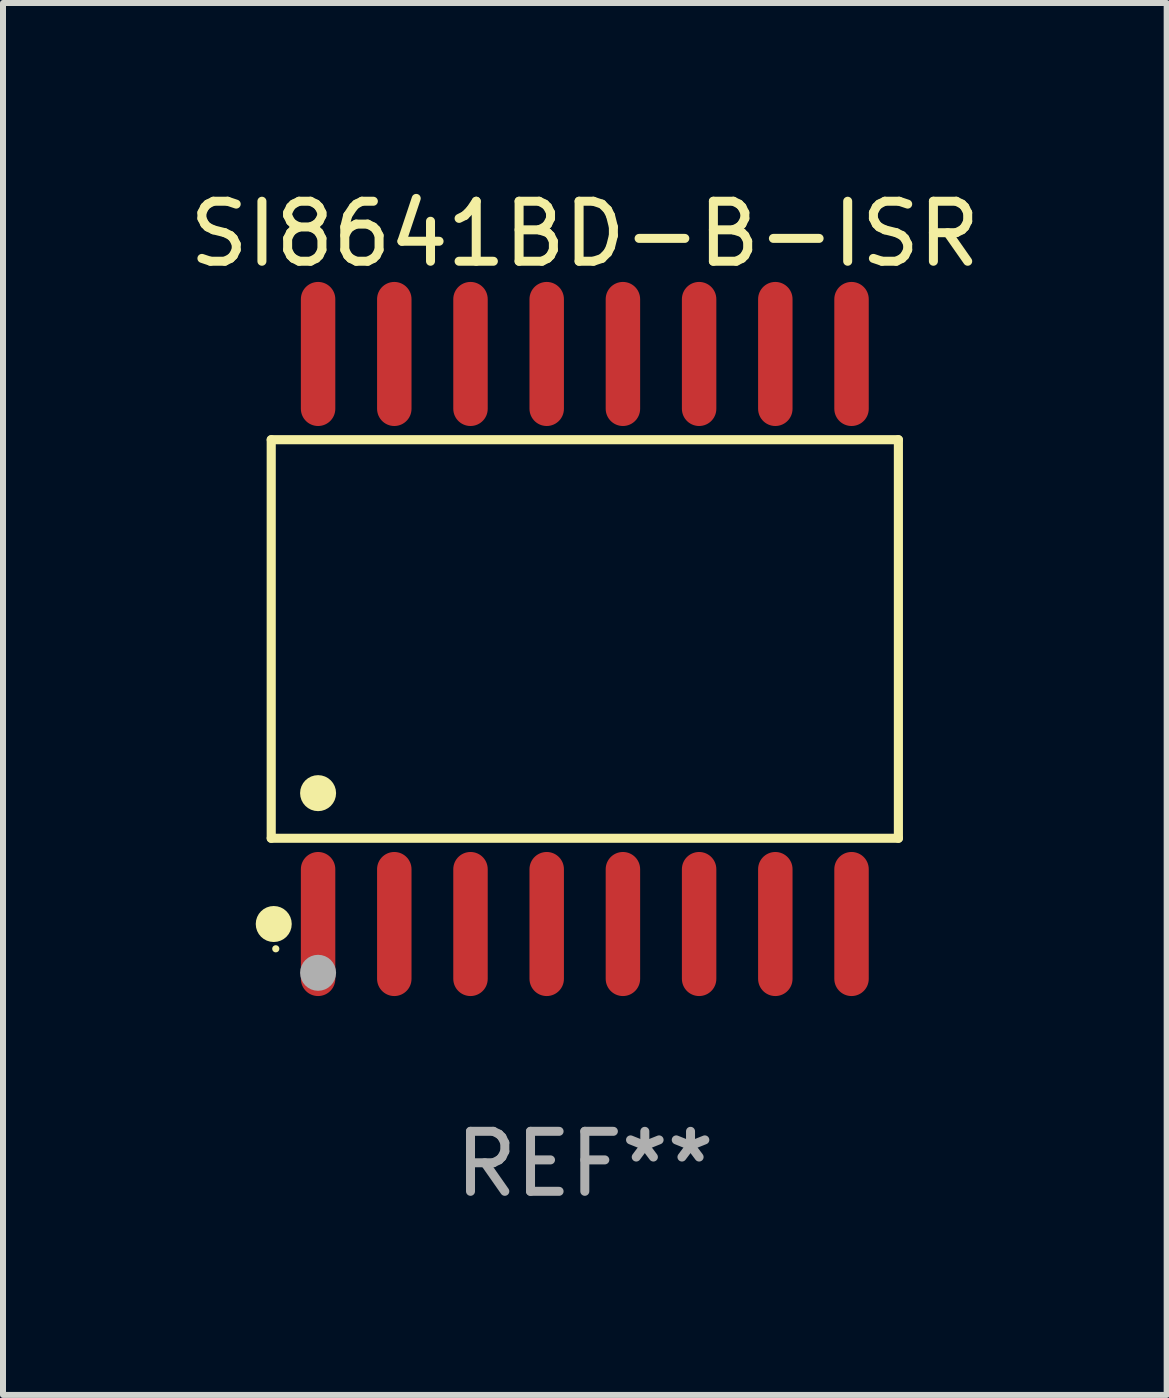
<source format=kicad_pcb>
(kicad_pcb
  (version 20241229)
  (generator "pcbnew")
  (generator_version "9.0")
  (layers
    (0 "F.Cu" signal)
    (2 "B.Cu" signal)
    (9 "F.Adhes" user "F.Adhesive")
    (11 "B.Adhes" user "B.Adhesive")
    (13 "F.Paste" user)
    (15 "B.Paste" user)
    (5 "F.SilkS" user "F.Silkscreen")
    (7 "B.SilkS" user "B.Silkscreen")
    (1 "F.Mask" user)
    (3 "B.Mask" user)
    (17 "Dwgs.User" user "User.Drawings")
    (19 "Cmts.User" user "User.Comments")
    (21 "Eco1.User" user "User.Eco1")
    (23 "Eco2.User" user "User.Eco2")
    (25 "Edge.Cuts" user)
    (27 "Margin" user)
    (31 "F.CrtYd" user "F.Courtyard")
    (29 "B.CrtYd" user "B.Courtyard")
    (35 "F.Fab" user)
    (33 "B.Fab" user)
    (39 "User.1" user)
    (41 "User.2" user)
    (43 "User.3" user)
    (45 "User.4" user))
  (footprint "SI8641BD-B-ISR"
    (layer "F.Cu")
    (at 6.696 7.599)
    (property "Reference" "SI8641BD-B-ISR" (at 0 -6.75 0) (layer "F.SilkS") (effects (font (size 1 1) (thickness 0.15))))
    (attr through_hole)
    (fp_line (start -5.226 -3.321) (end 5.226 -3.321) (stroke (width 0.152) (type solid)) (layer "F.SilkS"))
    (fp_line (start -5.226 3.321) (end -5.226 -3.321) (stroke (width 0.152) (type solid)) (layer "F.SilkS"))
    (fp_line (start 5.226 -3.321) (end 5.226 3.321) (stroke (width 0.152) (type solid)) (layer "F.SilkS"))
    (fp_line (start 5.226 3.321) (end -5.226 3.321) (stroke (width 0.152) (type solid)) (layer "F.SilkS"))
    (fp_circle (center -5.184 4.75) (end -5.034 4.75) (stroke (width 0.3) (type solid)) (fill no) (layer "F.SilkS"))
    (fp_circle (center -5.15 5.163) (end -5.12 5.163) (stroke (width 0.06) (type solid)) (fill no) (layer "F.SilkS"))
    (fp_circle (center -4.445 2.569) (end -4.295 2.569) (stroke (width 0.3) (type solid)) (fill no) (layer "F.SilkS"))
    (fp_circle (center -4.445 5.563) (end -4.295 5.563) (stroke (width 0.3) (type solid)) (fill no) (layer "F.Fab"))
    (fp_text user "REF**" (at 0 8.75 0) (layer "F.Fab") (effects (font (size 1 1) (thickness 0.15))))
    (pad "1" smd oval (at -4.445 4.75) (size 0.574 2.401) (layers "F.Cu" "F.Mask" "F.Paste"))
    (pad "2" smd oval (at -3.175 4.75) (size 0.574 2.401) (layers "F.Cu" "F.Mask" "F.Paste"))
    (pad "3" smd oval (at -1.905 4.75) (size 0.574 2.401) (layers "F.Cu" "F.Mask" "F.Paste"))
    (pad "4" smd oval (at -0.635 4.75) (size 0.574 2.401) (layers "F.Cu" "F.Mask" "F.Paste"))
    (pad "5" smd oval (at 0.635 4.75) (size 0.574 2.401) (layers "F.Cu" "F.Mask" "F.Paste"))
    (pad "6" smd oval (at 1.905 4.75) (size 0.574 2.401) (layers "F.Cu" "F.Mask" "F.Paste"))
    (pad "7" smd oval (at 3.175 4.75) (size 0.574 2.401) (layers "F.Cu" "F.Mask" "F.Paste"))
    (pad "8" smd oval (at 4.445 4.75) (size 0.574 2.401) (layers "F.Cu" "F.Mask" "F.Paste"))
    (pad "9" smd oval (at 4.445 -4.75) (size 0.574 2.401) (layers "F.Cu" "F.Mask" "F.Paste"))
    (pad "10" smd oval (at 3.175 -4.75) (size 0.574 2.401) (layers "F.Cu" "F.Mask" "F.Paste"))
    (pad "11" smd oval (at 1.905 -4.75) (size 0.574 2.401) (layers "F.Cu" "F.Mask" "F.Paste"))
    (pad "12" smd oval (at 0.635 -4.75) (size 0.574 2.401) (layers "F.Cu" "F.Mask" "F.Paste"))
    (pad "13" smd oval (at -0.635 -4.75) (size 0.574 2.401) (layers "F.Cu" "F.Mask" "F.Paste"))
    (pad "14" smd oval (at -1.905 -4.75) (size 0.574 2.401) (layers "F.Cu" "F.Mask" "F.Paste"))
    (pad "15" smd oval (at -3.175 -4.75) (size 0.574 2.401) (layers "F.Cu" "F.Mask" "F.Paste"))
    (pad "16" smd oval (at -4.445 -4.75) (size 0.574 2.401) (layers "F.Cu" "F.Mask" "F.Paste")))
  (gr_rect
    (start -3 -3)
    (end 16.393 20.197)
    (stroke (width 0.1) (type default))
    (fill no)
    (layer "Edge.Cuts")))
</source>
